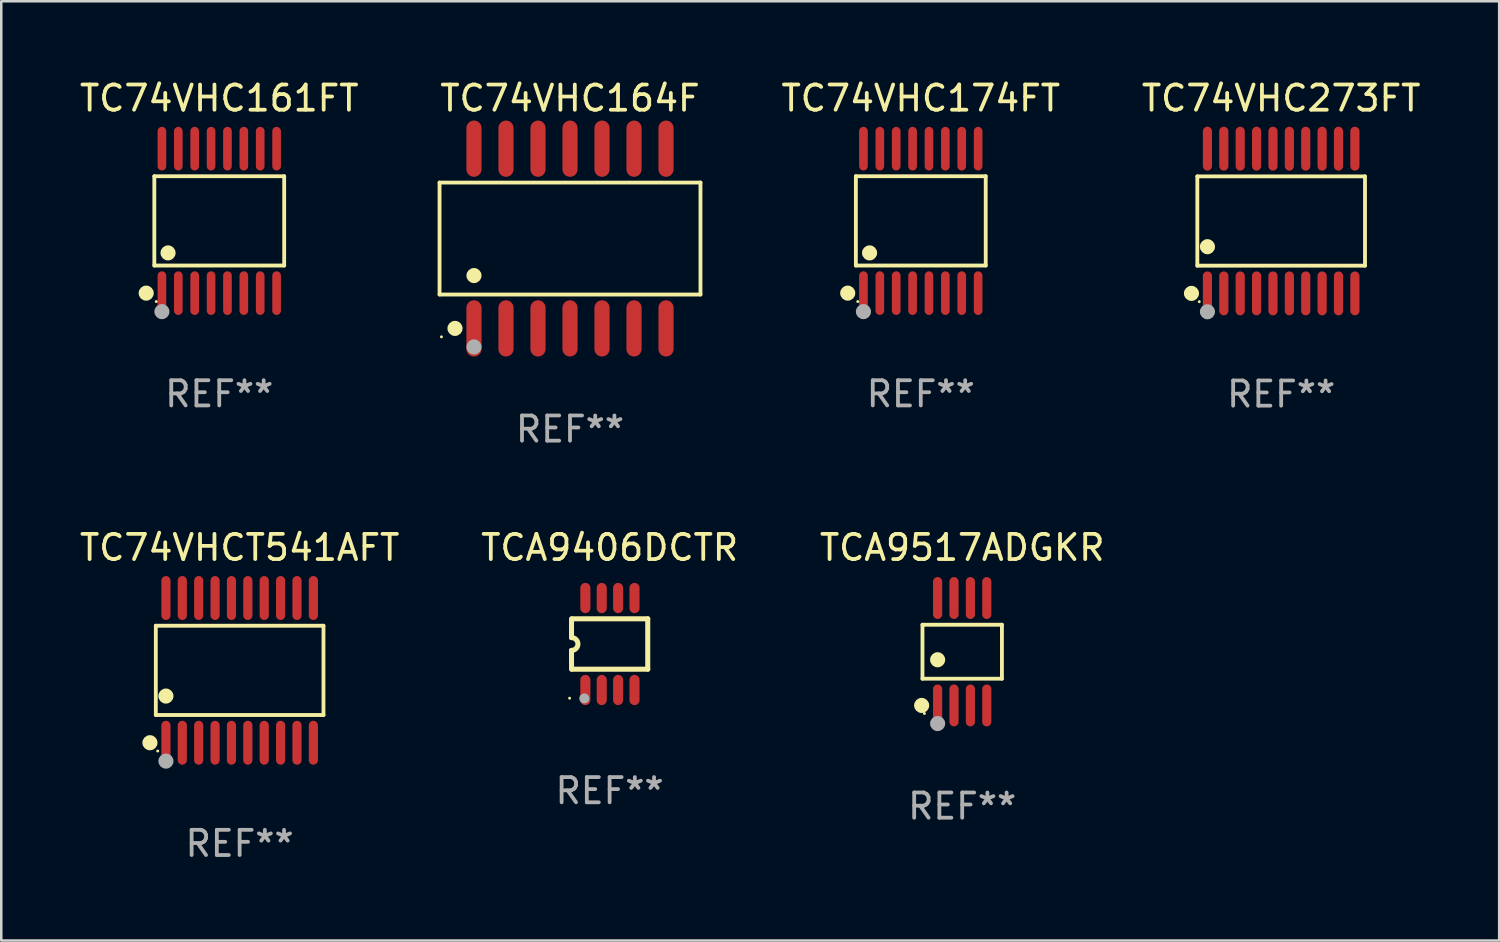
<source format=kicad_pcb>
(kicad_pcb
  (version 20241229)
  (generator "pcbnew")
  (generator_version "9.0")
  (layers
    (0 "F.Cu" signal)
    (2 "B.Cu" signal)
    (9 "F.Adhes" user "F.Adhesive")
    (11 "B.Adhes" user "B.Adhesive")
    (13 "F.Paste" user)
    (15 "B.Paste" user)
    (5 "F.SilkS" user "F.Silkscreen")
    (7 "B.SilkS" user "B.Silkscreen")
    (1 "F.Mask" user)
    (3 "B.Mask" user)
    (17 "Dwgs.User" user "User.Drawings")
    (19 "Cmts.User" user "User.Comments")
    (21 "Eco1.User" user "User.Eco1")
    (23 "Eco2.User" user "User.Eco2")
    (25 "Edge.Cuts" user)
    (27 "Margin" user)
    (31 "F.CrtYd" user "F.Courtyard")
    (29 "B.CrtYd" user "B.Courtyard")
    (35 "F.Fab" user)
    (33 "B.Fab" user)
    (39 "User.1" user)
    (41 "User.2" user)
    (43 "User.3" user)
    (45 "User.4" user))
  (footprint "TCA9517ADGKR"
    (layer "F.Cu")
    (at 35.125 22.807)
    (property "Reference" "TCA9517ADGKR" (at 0 -4.131 0) (layer "F.SilkS") (effects (font (size 1 1) (thickness 0.15))))
    (attr through_hole)
    (fp_line (start -1.576 -1.071) (end 1.576 -1.071) (stroke (width 0.152) (type solid)) (layer "F.SilkS"))
    (fp_line (start -1.576 1.071) (end -1.576 -1.071) (stroke (width 0.152) (type solid)) (layer "F.SilkS"))
    (fp_line (start 1.576 -1.071) (end 1.576 1.071) (stroke (width 0.152) (type solid)) (layer "F.SilkS"))
    (fp_line (start 1.576 1.071) (end -1.576 1.071) (stroke (width 0.152) (type solid)) (layer "F.SilkS"))
    (fp_circle (center -1.609 2.131) (end -1.459 2.131) (stroke (width 0.3) (type solid)) (fill no) (layer "F.SilkS"))
    (fp_circle (center -1.5 2.45) (end -1.47 2.45) (stroke (width 0.06) (type solid)) (fill no) (layer "F.SilkS"))
    (fp_circle (center -0.975 0.319) (end -0.825 0.319) (stroke (width 0.3) (type solid)) (fill no) (layer "F.SilkS"))
    (fp_circle (center -0.975 2.85) (end -0.825 2.85) (stroke (width 0.3) (type solid)) (fill no) (layer "F.Fab"))
    (fp_text user "REF**" (at 0 6.131 0) (layer "F.Fab") (effects (font (size 1 1) (thickness 0.15))))
    (pad "1" smd oval (at -0.975 2.131) (size 0.364 1.662) (layers "F.Cu" "F.Mask" "F.Paste"))
    (pad "2" smd oval (at -0.325 2.131) (size 0.364 1.662) (layers "F.Cu" "F.Mask" "F.Paste"))
    (pad "3" smd oval (at 0.325 2.131) (size 0.364 1.662) (layers "F.Cu" "F.Mask" "F.Paste"))
    (pad "4" smd oval (at 0.975 2.131) (size 0.364 1.662) (layers "F.Cu" "F.Mask" "F.Paste"))
    (pad "5" smd oval (at 0.975 -2.131) (size 0.364 1.662) (layers "F.Cu" "F.Mask" "F.Paste"))
    (pad "6" smd oval (at 0.325 -2.131) (size 0.364 1.662) (layers "F.Cu" "F.Mask" "F.Paste"))
    (pad "7" smd oval (at -0.325 -2.131) (size 0.364 1.662) (layers "F.Cu" "F.Mask" "F.Paste"))
    (pad "8" smd oval (at -0.975 -2.131) (size 0.364 1.662) (layers "F.Cu" "F.Mask" "F.Paste")))
  (footprint "TC74VHC273FT"
    (layer "F.Cu")
    (at 47.78 5.719)
    (property "Reference" "TC74VHC273FT" (at 0 -4.871 0) (layer "F.SilkS") (effects (font (size 1 1) (thickness 0.15))))
    (attr through_hole)
    (fp_line (start -3.326 -1.771) (end 3.326 -1.771) (stroke (width 0.152) (type solid)) (layer "F.SilkS"))
    (fp_line (start -3.326 1.771) (end -3.326 -1.771) (stroke (width 0.152) (type solid)) (layer "F.SilkS"))
    (fp_line (start 3.326 -1.771) (end 3.326 1.771) (stroke (width 0.152) (type solid)) (layer "F.SilkS"))
    (fp_line (start 3.326 1.771) (end -3.326 1.771) (stroke (width 0.152) (type solid)) (layer "F.SilkS"))
    (fp_circle (center -3.559 2.871) (end -3.409 2.871) (stroke (width 0.3) (type solid)) (fill no) (layer "F.SilkS"))
    (fp_circle (center -3.25 3.2) (end -3.22 3.2) (stroke (width 0.06) (type solid)) (fill no) (layer "F.SilkS"))
    (fp_circle (center -2.925 1.019) (end -2.775 1.019) (stroke (width 0.3) (type solid)) (fill no) (layer "F.SilkS"))
    (fp_circle (center -2.925 3.6) (end -2.775 3.6) (stroke (width 0.3) (type solid)) (fill no) (layer "F.Fab"))
    (fp_text user "REF**" (at 0 6.871 0) (layer "F.Fab") (effects (font (size 1 1) (thickness 0.15))))
    (pad "1" smd oval (at -2.925 2.871) (size 0.364 1.742) (layers "F.Cu" "F.Mask" "F.Paste"))
    (pad "2" smd oval (at -2.275 2.871) (size 0.364 1.742) (layers "F.Cu" "F.Mask" "F.Paste"))
    (pad "3" smd oval (at -1.625 2.871) (size 0.364 1.742) (layers "F.Cu" "F.Mask" "F.Paste"))
    (pad "4" smd oval (at -0.975 2.871) (size 0.364 1.742) (layers "F.Cu" "F.Mask" "F.Paste"))
    (pad "5" smd oval (at -0.325 2.871) (size 0.364 1.742) (layers "F.Cu" "F.Mask" "F.Paste"))
    (pad "6" smd oval (at 0.325 2.871) (size 0.364 1.742) (layers "F.Cu" "F.Mask" "F.Paste"))
    (pad "7" smd oval (at 0.975 2.871) (size 0.364 1.742) (layers "F.Cu" "F.Mask" "F.Paste"))
    (pad "8" smd oval (at 1.625 2.871) (size 0.364 1.742) (layers "F.Cu" "F.Mask" "F.Paste"))
    (pad "9" smd oval (at 2.275 2.871) (size 0.364 1.742) (layers "F.Cu" "F.Mask" "F.Paste"))
    (pad "10" smd oval (at 2.925 2.871) (size 0.364 1.742) (layers "F.Cu" "F.Mask" "F.Paste"))
    (pad "11" smd oval (at 2.925 -2.871) (size 0.364 1.742) (layers "F.Cu" "F.Mask" "F.Paste"))
    (pad "12" smd oval (at 2.275 -2.871) (size 0.364 1.742) (layers "F.Cu" "F.Mask" "F.Paste"))
    (pad "13" smd oval (at 1.625 -2.871) (size 0.364 1.742) (layers "F.Cu" "F.Mask" "F.Paste"))
    (pad "14" smd oval (at 0.975 -2.871) (size 0.364 1.742) (layers "F.Cu" "F.Mask" "F.Paste"))
    (pad "15" smd oval (at 0.325 -2.871) (size 0.364 1.742) (layers "F.Cu" "F.Mask" "F.Paste"))
    (pad "16" smd oval (at -0.325 -2.871) (size 0.364 1.742) (layers "F.Cu" "F.Mask" "F.Paste"))
    (pad "17" smd oval (at -0.975 -2.871) (size 0.364 1.742) (layers "F.Cu" "F.Mask" "F.Paste"))
    (pad "18" smd oval (at -1.625 -2.871) (size 0.364 1.742) (layers "F.Cu" "F.Mask" "F.Paste"))
    (pad "19" smd oval (at -2.275 -2.871) (size 0.364 1.742) (layers "F.Cu" "F.Mask" "F.Paste"))
    (pad "20" smd oval (at -2.925 -2.871) (size 0.364 1.742) (layers "F.Cu" "F.Mask" "F.Paste")))
  (footprint "TC74VHC174FT"
    (layer "F.Cu")
    (at 33.482 5.714)
    (property "Reference" "TC74VHC174FT" (at 0 -4.866 0) (layer "F.SilkS") (effects (font (size 1 1) (thickness 0.15))))
    (attr through_hole)
    (fp_line (start -2.576 -1.772) (end 2.576 -1.772) (stroke (width 0.152) (type solid)) (layer "F.SilkS"))
    (fp_line (start -2.576 1.771) (end -2.576 -1.772) (stroke (width 0.152) (type solid)) (layer "F.SilkS"))
    (fp_line (start 2.576 -1.772) (end 2.576 1.771) (stroke (width 0.152) (type solid)) (layer "F.SilkS"))
    (fp_line (start 2.576 1.771) (end -2.576 1.771) (stroke (width 0.152) (type solid)) (layer "F.SilkS"))
    (fp_circle (center -2.899 2.866) (end -2.749 2.866) (stroke (width 0.3) (type solid)) (fill no) (layer "F.SilkS"))
    (fp_circle (center -2.5 3.2) (end -2.47 3.2) (stroke (width 0.06) (type solid)) (fill no) (layer "F.SilkS"))
    (fp_circle (center -2.032 1.27) (end -1.882 1.27) (stroke (width 0.3) (type solid)) (fill no) (layer "F.SilkS"))
    (fp_circle (center -2.275 3.6) (end -2.125 3.6) (stroke (width 0.3) (type solid)) (fill no) (layer "F.Fab"))
    (fp_text user "REF**" (at 0 6.866 0) (layer "F.Fab") (effects (font (size 1 1) (thickness 0.15))))
    (pad "1" smd oval (at -2.275 2.866) (size 0.343 1.731) (layers "F.Cu" "F.Mask" "F.Paste"))
    (pad "2" smd oval (at -1.625 2.866) (size 0.343 1.731) (layers "F.Cu" "F.Mask" "F.Paste"))
    (pad "3" smd oval (at -0.975 2.866) (size 0.343 1.731) (layers "F.Cu" "F.Mask" "F.Paste"))
    (pad "4" smd oval (at -0.325 2.866) (size 0.343 1.731) (layers "F.Cu" "F.Mask" "F.Paste"))
    (pad "5" smd oval (at 0.325 2.866) (size 0.343 1.731) (layers "F.Cu" "F.Mask" "F.Paste"))
    (pad "6" smd oval (at 0.975 2.866) (size 0.343 1.731) (layers "F.Cu" "F.Mask" "F.Paste"))
    (pad "7" smd oval (at 1.625 2.866) (size 0.343 1.731) (layers "F.Cu" "F.Mask" "F.Paste"))
    (pad "8" smd oval (at 2.275 2.866) (size 0.343 1.731) (layers "F.Cu" "F.Mask" "F.Paste"))
    (pad "9" smd oval (at 2.275 -2.866) (size 0.343 1.731) (layers "F.Cu" "F.Mask" "F.Paste"))
    (pad "10" smd oval (at 1.625 -2.866) (size 0.343 1.731) (layers "F.Cu" "F.Mask" "F.Paste"))
    (pad "11" smd oval (at 0.975 -2.866) (size 0.343 1.731) (layers "F.Cu" "F.Mask" "F.Paste"))
    (pad "12" smd oval (at 0.325 -2.866) (size 0.343 1.731) (layers "F.Cu" "F.Mask" "F.Paste"))
    (pad "13" smd oval (at -0.325 -2.866) (size 0.343 1.731) (layers "F.Cu" "F.Mask" "F.Paste"))
    (pad "14" smd oval (at -0.975 -2.866) (size 0.343 1.731) (layers "F.Cu" "F.Mask" "F.Paste"))
    (pad "15" smd oval (at -1.625 -2.866) (size 0.343 1.731) (layers "F.Cu" "F.Mask" "F.Paste"))
    (pad "16" smd oval (at -2.275 -2.866) (size 0.343 1.731) (layers "F.Cu" "F.Mask" "F.Paste")))
  (footprint "TCA9406DCTR"
    (layer "F.Cu")
    (at 21.137 22.501)
    (property "Reference" "TCA9406DCTR" (at 0 -3.825 0) (layer "F.SilkS") (effects (font (size 1 1) (thickness 0.15))))
    (attr through_hole)
    (fp_line (start -1.512 -0.254) (end -1.512 -1) (stroke (width 0.2) (type solid)) (layer "F.SilkS"))
    (fp_line (start -1.512 0.254) (end -1.512 1) (stroke (width 0.2) (type solid)) (layer "F.SilkS"))
    (fp_line (start -1.488 -1) (end 1.512 -1) (stroke (width 0.2) (type solid)) (layer "F.SilkS"))
    (fp_line (start 1.512 -1) (end 1.512 1) (stroke (width 0.2) (type solid)) (layer "F.SilkS"))
    (fp_line (start 1.512 1) (end -1.488 1) (stroke (width 0.2) (type solid)) (layer "F.SilkS"))
    (fp_arc (start -1.512002 -0.254001) (mid -1.258001 0) (end -1.512002 0.254001) (stroke (width 0.2) (type solid)) (layer "F.SilkS"))
    (fp_circle (center -1.588 2.15) (end -1.558 2.15) (stroke (width 0.06) (type solid)) (fill no) (layer "F.SilkS"))
    (fp_circle (center -1.004 2.159) (end -0.904 2.159) (stroke (width 0.2) (type solid)) (fill no) (layer "F.Fab"))
    (fp_text user "REF**" (at 0 5.825 0) (layer "F.Fab") (effects (font (size 1 1) (thickness 0.15))))
    (pad "1" smd oval (at -0.963 1.825 270) (size 1.2 0.4) (layers "F.Cu" "F.Mask" "F.Paste"))
    (pad "2" smd oval (at -0.313 1.825 270) (size 1.2 0.4) (layers "F.Cu" "F.Mask" "F.Paste"))
    (pad "3" smd oval (at 0.337 1.825 270) (size 1.2 0.4) (layers "F.Cu" "F.Mask" "F.Paste"))
    (pad "4" smd oval (at 0.987 1.825 270) (size 1.2 0.4) (layers "F.Cu" "F.Mask" "F.Paste"))
    (pad "5" smd oval (at 0.987 -1.825 270) (size 1.2 0.4) (layers "F.Cu" "F.Mask" "F.Paste"))
    (pad "6" smd oval (at 0.337 -1.825 270) (size 1.2 0.4) (layers "F.Cu" "F.Mask" "F.Paste"))
    (pad "7" smd oval (at -0.313 -1.825 270) (size 1.2 0.4) (layers "F.Cu" "F.Mask" "F.Paste"))
    (pad "8" smd oval (at -0.963 -1.825 270) (size 1.2 0.4) (layers "F.Cu" "F.Mask" "F.Paste")))
  (footprint "TC74VHC161FT"
    (layer "F.Cu")
    (at 5.649 5.714)
    (property "Reference" "TC74VHC161FT" (at 0 -4.866 0) (layer "F.SilkS") (effects (font (size 1 1) (thickness 0.15))))
    (attr through_hole)
    (fp_line (start -2.576 -1.772) (end 2.576 -1.772) (stroke (width 0.152) (type solid)) (layer "F.SilkS"))
    (fp_line (start -2.576 1.771) (end -2.576 -1.772) (stroke (width 0.152) (type solid)) (layer "F.SilkS"))
    (fp_line (start 2.576 -1.772) (end 2.576 1.771) (stroke (width 0.152) (type solid)) (layer "F.SilkS"))
    (fp_line (start 2.576 1.771) (end -2.576 1.771) (stroke (width 0.152) (type solid)) (layer "F.SilkS"))
    (fp_circle (center -2.899 2.866) (end -2.749 2.866) (stroke (width 0.3) (type solid)) (fill no) (layer "F.SilkS"))
    (fp_circle (center -2.5 3.2) (end -2.47 3.2) (stroke (width 0.06) (type solid)) (fill no) (layer "F.SilkS"))
    (fp_circle (center -2.032 1.27) (end -1.882 1.27) (stroke (width 0.3) (type solid)) (fill no) (layer "F.SilkS"))
    (fp_circle (center -2.275 3.6) (end -2.125 3.6) (stroke (width 0.3) (type solid)) (fill no) (layer "F.Fab"))
    (fp_text user "REF**" (at 0 6.866 0) (layer "F.Fab") (effects (font (size 1 1) (thickness 0.15))))
    (pad "1" smd oval (at -2.275 2.866) (size 0.343 1.731) (layers "F.Cu" "F.Mask" "F.Paste"))
    (pad "2" smd oval (at -1.625 2.866) (size 0.343 1.731) (layers "F.Cu" "F.Mask" "F.Paste"))
    (pad "3" smd oval (at -0.975 2.866) (size 0.343 1.731) (layers "F.Cu" "F.Mask" "F.Paste"))
    (pad "4" smd oval (at -0.325 2.866) (size 0.343 1.731) (layers "F.Cu" "F.Mask" "F.Paste"))
    (pad "5" smd oval (at 0.325 2.866) (size 0.343 1.731) (layers "F.Cu" "F.Mask" "F.Paste"))
    (pad "6" smd oval (at 0.975 2.866) (size 0.343 1.731) (layers "F.Cu" "F.Mask" "F.Paste"))
    (pad "7" smd oval (at 1.625 2.866) (size 0.343 1.731) (layers "F.Cu" "F.Mask" "F.Paste"))
    (pad "8" smd oval (at 2.275 2.866) (size 0.343 1.731) (layers "F.Cu" "F.Mask" "F.Paste"))
    (pad "9" smd oval (at 2.275 -2.866) (size 0.343 1.731) (layers "F.Cu" "F.Mask" "F.Paste"))
    (pad "10" smd oval (at 1.625 -2.866) (size 0.343 1.731) (layers "F.Cu" "F.Mask" "F.Paste"))
    (pad "11" smd oval (at 0.975 -2.866) (size 0.343 1.731) (layers "F.Cu" "F.Mask" "F.Paste"))
    (pad "12" smd oval (at 0.325 -2.866) (size 0.343 1.731) (layers "F.Cu" "F.Mask" "F.Paste"))
    (pad "13" smd oval (at -0.325 -2.866) (size 0.343 1.731) (layers "F.Cu" "F.Mask" "F.Paste"))
    (pad "14" smd oval (at -0.975 -2.866) (size 0.343 1.731) (layers "F.Cu" "F.Mask" "F.Paste"))
    (pad "15" smd oval (at -1.625 -2.866) (size 0.343 1.731) (layers "F.Cu" "F.Mask" "F.Paste"))
    (pad "16" smd oval (at -2.275 -2.866) (size 0.343 1.731) (layers "F.Cu" "F.Mask" "F.Paste")))
  (footprint "TC74VHCT541AFT"
    (layer "F.Cu")
    (at 6.458 23.547)
    (property "Reference" "TC74VHCT541AFT" (at 0 -4.871 0) (layer "F.SilkS") (effects (font (size 1 1) (thickness 0.15))))
    (attr through_hole)
    (fp_line (start -3.326 -1.771) (end 3.326 -1.771) (stroke (width 0.152) (type solid)) (layer "F.SilkS"))
    (fp_line (start -3.326 1.771) (end -3.326 -1.771) (stroke (width 0.152) (type solid)) (layer "F.SilkS"))
    (fp_line (start 3.326 -1.771) (end 3.326 1.771) (stroke (width 0.152) (type solid)) (layer "F.SilkS"))
    (fp_line (start 3.326 1.771) (end -3.326 1.771) (stroke (width 0.152) (type solid)) (layer "F.SilkS"))
    (fp_circle (center -3.559 2.871) (end -3.409 2.871) (stroke (width 0.3) (type solid)) (fill no) (layer "F.SilkS"))
    (fp_circle (center -3.25 3.2) (end -3.22 3.2) (stroke (width 0.06) (type solid)) (fill no) (layer "F.SilkS"))
    (fp_circle (center -2.925 1.019) (end -2.775 1.019) (stroke (width 0.3) (type solid)) (fill no) (layer "F.SilkS"))
    (fp_circle (center -2.925 3.6) (end -2.775 3.6) (stroke (width 0.3) (type solid)) (fill no) (layer "F.Fab"))
    (fp_text user "REF**" (at 0 6.871 0) (layer "F.Fab") (effects (font (size 1 1) (thickness 0.15))))
    (pad "1" smd oval (at -2.925 2.871) (size 0.364 1.742) (layers "F.Cu" "F.Mask" "F.Paste"))
    (pad "2" smd oval (at -2.275 2.871) (size 0.364 1.742) (layers "F.Cu" "F.Mask" "F.Paste"))
    (pad "3" smd oval (at -1.625 2.871) (size 0.364 1.742) (layers "F.Cu" "F.Mask" "F.Paste"))
    (pad "4" smd oval (at -0.975 2.871) (size 0.364 1.742) (layers "F.Cu" "F.Mask" "F.Paste"))
    (pad "5" smd oval (at -0.325 2.871) (size 0.364 1.742) (layers "F.Cu" "F.Mask" "F.Paste"))
    (pad "6" smd oval (at 0.325 2.871) (size 0.364 1.742) (layers "F.Cu" "F.Mask" "F.Paste"))
    (pad "7" smd oval (at 0.975 2.871) (size 0.364 1.742) (layers "F.Cu" "F.Mask" "F.Paste"))
    (pad "8" smd oval (at 1.625 2.871) (size 0.364 1.742) (layers "F.Cu" "F.Mask" "F.Paste"))
    (pad "9" smd oval (at 2.275 2.871) (size 0.364 1.742) (layers "F.Cu" "F.Mask" "F.Paste"))
    (pad "10" smd oval (at 2.925 2.871) (size 0.364 1.742) (layers "F.Cu" "F.Mask" "F.Paste"))
    (pad "11" smd oval (at 2.925 -2.871) (size 0.364 1.742) (layers "F.Cu" "F.Mask" "F.Paste"))
    (pad "12" smd oval (at 2.275 -2.871) (size 0.364 1.742) (layers "F.Cu" "F.Mask" "F.Paste"))
    (pad "13" smd oval (at 1.625 -2.871) (size 0.364 1.742) (layers "F.Cu" "F.Mask" "F.Paste"))
    (pad "14" smd oval (at 0.975 -2.871) (size 0.364 1.742) (layers "F.Cu" "F.Mask" "F.Paste"))
    (pad "15" smd oval (at 0.325 -2.871) (size 0.364 1.742) (layers "F.Cu" "F.Mask" "F.Paste"))
    (pad "16" smd oval (at -0.325 -2.871) (size 0.364 1.742) (layers "F.Cu" "F.Mask" "F.Paste"))
    (pad "17" smd oval (at -0.975 -2.871) (size 0.364 1.742) (layers "F.Cu" "F.Mask" "F.Paste"))
    (pad "18" smd oval (at -1.625 -2.871) (size 0.364 1.742) (layers "F.Cu" "F.Mask" "F.Paste"))
    (pad "19" smd oval (at -2.275 -2.871) (size 0.364 1.742) (layers "F.Cu" "F.Mask" "F.Paste"))
    (pad "20" smd oval (at -2.925 -2.871) (size 0.364 1.742) (layers "F.Cu" "F.Mask" "F.Paste")))
  (footprint "TC74VHC164F"
    (layer "F.Cu")
    (at 19.565 6.414)
    (property "Reference" "TC74VHC164F" (at 0 -5.565 0) (layer "F.SilkS") (effects (font (size 1 1) (thickness 0.15))))
    (attr through_hole)
    (fp_line (start -5.176 -2.221) (end 5.176 -2.221) (stroke (width 0.152) (type solid)) (layer "F.SilkS"))
    (fp_line (start -5.176 2.221) (end -5.176 -2.221) (stroke (width 0.152) (type solid)) (layer "F.SilkS"))
    (fp_line (start 5.176 -2.221) (end 5.176 2.221) (stroke (width 0.152) (type solid)) (layer "F.SilkS"))
    (fp_line (start 5.176 2.221) (end -5.176 2.221) (stroke (width 0.152) (type solid)) (layer "F.SilkS"))
    (fp_circle (center -5.1 3.9) (end -5.07 3.9) (stroke (width 0.06) (type solid)) (fill no) (layer "F.SilkS"))
    (fp_circle (center -4.563 3.565) (end -4.413 3.565) (stroke (width 0.3) (type solid)) (fill no) (layer "F.SilkS"))
    (fp_circle (center -3.81 1.469) (end -3.66 1.469) (stroke (width 0.3) (type solid)) (fill no) (layer "F.SilkS"))
    (fp_circle (center -3.81 4.3) (end -3.66 4.3) (stroke (width 0.3) (type solid)) (fill no) (layer "F.Fab"))
    (fp_text user "REF**" (at 0 7.565 0) (layer "F.Fab") (effects (font (size 1 1) (thickness 0.15))))
    (pad "1" smd oval (at -3.81 3.565) (size 0.602 2.231) (layers "F.Cu" "F.Mask" "F.Paste"))
    (pad "2" smd oval (at -2.54 3.565) (size 0.602 2.231) (layers "F.Cu" "F.Mask" "F.Paste"))
    (pad "3" smd oval (at -1.27 3.565) (size 0.602 2.231) (layers "F.Cu" "F.Mask" "F.Paste"))
    (pad "4" smd oval (at 0 3.565) (size 0.602 2.231) (layers "F.Cu" "F.Mask" "F.Paste"))
    (pad "5" smd oval (at 1.27 3.565) (size 0.602 2.231) (layers "F.Cu" "F.Mask" "F.Paste"))
    (pad "6" smd oval (at 2.54 3.565) (size 0.602 2.231) (layers "F.Cu" "F.Mask" "F.Paste"))
    (pad "7" smd oval (at 3.81 3.565) (size 0.602 2.231) (layers "F.Cu" "F.Mask" "F.Paste"))
    (pad "8" smd oval (at 3.81 -3.565) (size 0.602 2.231) (layers "F.Cu" "F.Mask" "F.Paste"))
    (pad "9" smd oval (at 2.54 -3.565) (size 0.602 2.231) (layers "F.Cu" "F.Mask" "F.Paste"))
    (pad "10" smd oval (at 1.27 -3.565) (size 0.602 2.231) (layers "F.Cu" "F.Mask" "F.Paste"))
    (pad "11" smd oval (at 0 -3.565) (size 0.602 2.231) (layers "F.Cu" "F.Mask" "F.Paste"))
    (pad "12" smd oval (at -1.27 -3.565) (size 0.602 2.231) (layers "F.Cu" "F.Mask" "F.Paste"))
    (pad "13" smd oval (at -2.54 -3.565) (size 0.602 2.231) (layers "F.Cu" "F.Mask" "F.Paste"))
    (pad "14" smd oval (at -3.81 -3.565) (size 0.602 2.231) (layers "F.Cu" "F.Mask" "F.Paste")))
  (gr_rect
    (start -3 -3)
    (end 56.429 34.266)
    (stroke (width 0.1) (type default))
    (fill no)
    (layer "Edge.Cuts")))
</source>
